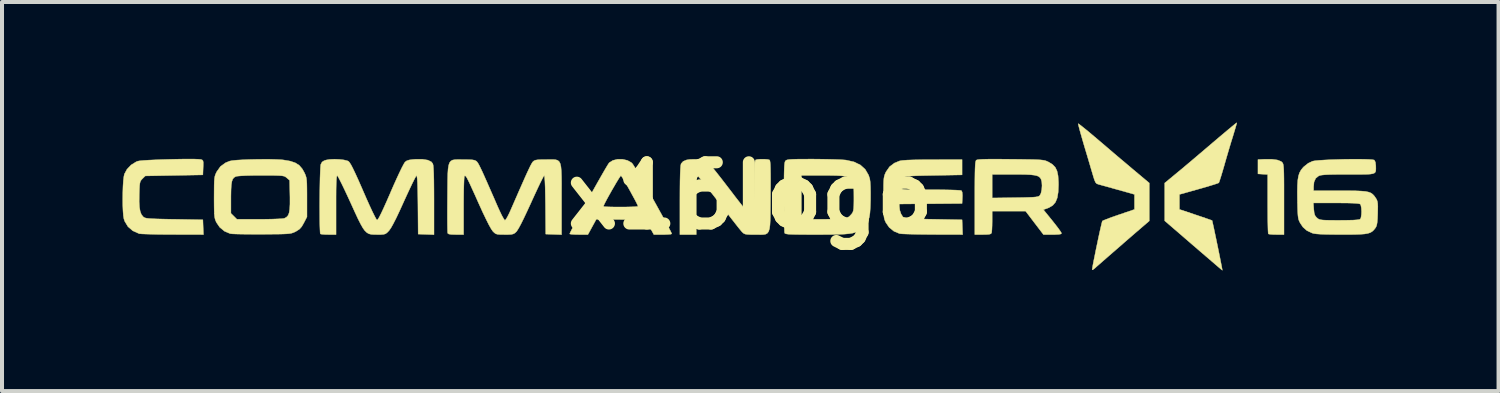
<source format=kicad_pcb>
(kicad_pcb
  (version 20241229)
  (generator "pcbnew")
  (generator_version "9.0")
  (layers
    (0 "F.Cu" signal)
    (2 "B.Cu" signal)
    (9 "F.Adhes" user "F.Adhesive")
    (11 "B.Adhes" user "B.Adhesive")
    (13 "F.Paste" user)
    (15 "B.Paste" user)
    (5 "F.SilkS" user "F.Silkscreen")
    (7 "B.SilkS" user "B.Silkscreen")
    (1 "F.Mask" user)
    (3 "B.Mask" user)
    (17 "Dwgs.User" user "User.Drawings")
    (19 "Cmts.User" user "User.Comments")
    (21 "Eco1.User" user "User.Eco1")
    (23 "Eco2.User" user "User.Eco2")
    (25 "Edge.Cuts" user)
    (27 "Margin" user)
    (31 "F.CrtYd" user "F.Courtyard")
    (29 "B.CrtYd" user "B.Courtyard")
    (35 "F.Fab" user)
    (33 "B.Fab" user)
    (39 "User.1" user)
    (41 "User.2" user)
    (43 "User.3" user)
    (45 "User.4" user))
  (footprint "x16logo"
    (layer "F.Cu")
    (at 15.627 1.824)
    (property "Reference" "x16logo" (at 0 0 0) (layer "F.SilkS") (effects (font (size 1.524 1.524) (thickness 0.3))))
    (attr through_hole)
    (fp_poly (pts (xy 13.117 -0.892) (xy 13.211 -0.856) (xy 13.235 -0.836) (xy 13.248 -0.821) (xy 13.259 -0.8) (xy 13.267 -0.769) (xy 13.273 -0.722) (xy 13.278 -0.653) (xy 13.281 -0.559) (xy 13.283 -0.432) (xy 13.284 -0.269) (xy 13.284 -0.063) (xy 13.284 0.089) (xy 13.284 0.965) (xy 13.098 0.965) (xy 13.005 0.963) (xy 12.933 0.957) (xy 12.896 0.949) (xy 12.895 0.948) (xy 12.89 0.919) (xy 12.886 0.846) (xy 12.883 0.736) (xy 12.88 0.594) (xy 12.879 0.427) (xy 12.878 0.242) (xy 12.878 0.2) (xy 12.878 -0.531) (xy 12.757 -0.538) (xy 12.636 -0.546) (xy 12.636 -0.902) (xy 12.802 -0.91) (xy 12.98 -0.91) (xy 13.117 -0.892)) (stroke (width 0.01) (type solid)) (fill yes) (layer "F.SilkS"))
    (fp_poly (pts (xy 12.104 -1.794) (xy 12.086 -1.729) (xy 12.058 -1.634) (xy 12.023 -1.518) (xy 12.013 -1.484) (xy 11.967 -1.337) (xy 11.914 -1.16) (xy 11.859 -0.973) (xy 11.808 -0.796) (xy 11.795 -0.749) (xy 11.755 -0.613) (xy 11.719 -0.493) (xy 11.689 -0.399) (xy 11.669 -0.34) (xy 11.661 -0.323) (xy 11.632 -0.311) (xy 11.561 -0.287) (xy 11.457 -0.255) (xy 11.328 -0.216) (xy 11.181 -0.174) (xy 11.161 -0.169) (xy 10.681 -0.034) (xy 10.681 0.338) (xy 11.084 0.473) (xy 11.218 0.518) (xy 11.334 0.558) (xy 11.424 0.589) (xy 11.48 0.609) (xy 11.495 0.615) (xy 11.501 0.641) (xy 11.516 0.708) (xy 11.538 0.807) (xy 11.564 0.932) (xy 11.594 1.074) (xy 11.625 1.224) (xy 11.656 1.375) (xy 11.685 1.518) (xy 11.71 1.646) (xy 11.731 1.75) (xy 11.744 1.822) (xy 11.749 1.853) (xy 11.749 1.854) (xy 11.729 1.838) (xy 11.675 1.793) (xy 11.591 1.721) (xy 11.482 1.627) (xy 11.351 1.515) (xy 11.203 1.388) (xy 11.042 1.249) (xy 11.029 1.238) (xy 10.315 0.622) (xy 10.315 0.152) (xy 10.315 -0.318) (xy 10.622 -0.572) (xy 10.724 -0.656) (xy 10.856 -0.767) (xy 11.009 -0.896) (xy 11.175 -1.037) (xy 11.345 -1.181) (xy 11.511 -1.323) (xy 11.515 -1.326) (xy 11.661 -1.45) (xy 11.795 -1.563) (xy 11.911 -1.66) (xy 12.004 -1.737) (xy 12.07 -1.791) (xy 12.105 -1.817) (xy 12.108 -1.819) (xy 12.104 -1.794)) (stroke (width 0.01) (type solid)) (fill yes) (layer "F.SilkS"))
    (fp_poly (pts (xy -13.839 -0.914) (xy -13.739 -0.91) (xy -13.681 -0.905) (xy -13.677 -0.904) (xy -13.644 -0.893) (xy -13.625 -0.873) (xy -13.617 -0.832) (xy -13.618 -0.759) (xy -13.62 -0.704) (xy -13.627 -0.521) (xy -15.061 -0.495) (xy -15.132 -0.425) (xy -15.161 -0.394) (xy -15.181 -0.362) (xy -15.194 -0.319) (xy -15.202 -0.256) (xy -15.207 -0.161) (xy -15.211 -0.033) (xy -15.213 0.148) (xy -15.205 0.286) (xy -15.187 0.389) (xy -15.158 0.464) (xy -15.115 0.519) (xy -15.111 0.523) (xy -15.091 0.537) (xy -15.065 0.549) (xy -15.027 0.558) (xy -14.969 0.565) (xy -14.887 0.57) (xy -14.774 0.575) (xy -14.624 0.579) (xy -14.432 0.583) (xy -14.342 0.584) (xy -13.627 0.597) (xy -13.62 0.781) (xy -13.612 0.965) (xy -14.382 0.963) (xy -14.577 0.962) (xy -14.759 0.96) (xy -14.919 0.956) (xy -15.052 0.952) (xy -15.15 0.948) (xy -15.206 0.943) (xy -15.215 0.941) (xy -15.372 0.871) (xy -15.492 0.767) (xy -15.573 0.633) (xy -15.593 0.572) (xy -15.606 0.493) (xy -15.615 0.377) (xy -15.621 0.234) (xy -15.622 0.076) (xy -15.62 -0.086) (xy -15.615 -0.241) (xy -15.606 -0.377) (xy -15.593 -0.483) (xy -15.58 -0.542) (xy -15.515 -0.662) (xy -15.413 -0.768) (xy -15.288 -0.846) (xy -15.247 -0.862) (xy -15.197 -0.871) (xy -15.105 -0.88) (xy -14.978 -0.888) (xy -14.826 -0.895) (xy -14.657 -0.902) (xy -14.478 -0.907) (xy -14.298 -0.911) (xy -14.126 -0.914) (xy -13.97 -0.915) (xy -13.839 -0.914)) (stroke (width 0.01) (type solid)) (fill yes) (layer "F.SilkS"))
    (fp_poly (pts (xy 8.184 -1.783) (xy 8.239 -1.741) (xy 8.323 -1.674) (xy 8.429 -1.587) (xy 8.554 -1.482) (xy 8.692 -1.365) (xy 8.704 -1.355) (xy 8.868 -1.215) (xy 9.04 -1.068) (xy 9.212 -0.922) (xy 9.373 -0.787) (xy 9.511 -0.67) (xy 9.583 -0.61) (xy 9.931 -0.318) (xy 9.931 0.625) (xy 9.696 0.827) (xy 9.583 0.924) (xy 9.454 1.036) (xy 9.314 1.157) (xy 9.171 1.282) (xy 9.029 1.405) (xy 8.897 1.52) (xy 8.778 1.624) (xy 8.681 1.709) (xy 8.611 1.77) (xy 8.579 1.8) (xy 8.534 1.835) (xy 8.51 1.843) (xy 8.509 1.84) (xy 8.514 1.802) (xy 8.527 1.724) (xy 8.548 1.615) (xy 8.575 1.484) (xy 8.604 1.338) (xy 8.636 1.187) (xy 8.667 1.038) (xy 8.697 0.9) (xy 8.724 0.782) (xy 8.745 0.692) (xy 8.759 0.638) (xy 8.763 0.627) (xy 8.793 0.612) (xy 8.862 0.584) (xy 8.962 0.546) (xy 9.085 0.502) (xy 9.173 0.472) (xy 9.563 0.339) (xy 9.563 -0.035) (xy 9.144 -0.153) (xy 9.001 -0.193) (xy 8.87 -0.23) (xy 8.763 -0.259) (xy 8.687 -0.28) (xy 8.658 -0.288) (xy 8.619 -0.304) (xy 8.59 -0.338) (xy 8.564 -0.401) (xy 8.54 -0.476) (xy 8.518 -0.551) (xy 8.484 -0.665) (xy 8.442 -0.808) (xy 8.394 -0.97) (xy 8.342 -1.143) (xy 8.32 -1.216) (xy 8.273 -1.377) (xy 8.232 -1.521) (xy 8.198 -1.642) (xy 8.175 -1.732) (xy 8.163 -1.785) (xy 8.163 -1.796) (xy 8.184 -1.783)) (stroke (width 0.01) (type solid)) (fill yes) (layer "F.SilkS"))
    (fp_poly (pts (xy -3.181 -0.909) (xy -3.061 -0.882) (xy -2.962 -0.827) (xy -2.937 -0.803) (xy -2.913 -0.768) (xy -2.868 -0.696) (xy -2.806 -0.592) (xy -2.731 -0.462) (xy -2.645 -0.313) (xy -2.553 -0.15) (xy -2.456 0.02) (xy -2.36 0.192) (xy -2.267 0.36) (xy -2.18 0.518) (xy -2.102 0.66) (xy -2.038 0.779) (xy -1.99 0.871) (xy -1.962 0.929) (xy -1.956 0.946) (xy -1.979 0.955) (xy -2.042 0.961) (xy -2.133 0.965) (xy -2.178 0.965) (xy -2.401 0.965) (xy -2.503 0.781) (xy -2.605 0.597) (xy -3.219 0.59) (xy -3.834 0.583) (xy -4.043 0.965) (xy -4.269 0.965) (xy -4.37 0.963) (xy -4.447 0.958) (xy -4.49 0.951) (xy -4.496 0.947) (xy -4.484 0.917) (xy -4.45 0.848) (xy -4.397 0.748) (xy -4.329 0.621) (xy -4.249 0.473) (xy -4.161 0.311) (xy -4.135 0.265) (xy -3.658 0.265) (xy -3.634 0.27) (xy -3.567 0.274) (xy -3.466 0.277) (xy -3.339 0.279) (xy -3.226 0.279) (xy -3.084 0.278) (xy -2.962 0.275) (xy -2.868 0.271) (xy -2.81 0.265) (xy -2.795 0.26) (xy -2.807 0.229) (xy -2.839 0.163) (xy -2.887 0.072) (xy -2.945 -0.034) (xy -3.007 -0.148) (xy -3.07 -0.259) (xy -3.128 -0.359) (xy -3.176 -0.438) (xy -3.209 -0.489) (xy -3.221 -0.502) (xy -3.238 -0.483) (xy -3.275 -0.428) (xy -3.325 -0.346) (xy -3.385 -0.245) (xy -3.449 -0.134) (xy -3.512 -0.022) (xy -3.57 0.083) (xy -3.616 0.171) (xy -3.647 0.235) (xy -3.658 0.265) (xy -4.135 0.265) (xy -4.067 0.141) (xy -3.97 -0.033) (xy -3.875 -0.203) (xy -3.784 -0.364) (xy -3.701 -0.51) (xy -3.629 -0.635) (xy -3.571 -0.733) (xy -3.53 -0.799) (xy -3.512 -0.824) (xy -3.422 -0.881) (xy -3.307 -0.909) (xy -3.181 -0.909)) (stroke (width 0.01) (type solid)) (fill yes) (layer "F.SilkS"))
    (fp_poly (pts (xy 5.271 -0.521) (xy 4.557 -0.508) (xy 4.338 -0.504) (xy 4.164 -0.5) (xy 4.03 -0.494) (xy 3.93 -0.486) (xy 3.858 -0.474) (xy 3.809 -0.457) (xy 3.778 -0.434) (xy 3.757 -0.404) (xy 3.743 -0.365) (xy 3.734 -0.334) (xy 3.719 -0.283) (xy 3.709 -0.242) (xy 3.708 -0.211) (xy 3.721 -0.188) (xy 3.755 -0.172) (xy 3.812 -0.161) (xy 3.899 -0.155) (xy 4.02 -0.153) (xy 4.181 -0.152) (xy 4.385 -0.152) (xy 4.464 -0.152) (xy 4.656 -0.151) (xy 4.832 -0.149) (xy 4.986 -0.146) (xy 5.111 -0.142) (xy 5.201 -0.137) (xy 5.248 -0.132) (xy 5.253 -0.131) (xy 5.273 -0.093) (xy 5.28 -0.011) (xy 5.278 0.04) (xy 5.271 0.191) (xy 3.708 0.204) (xy 3.709 0.261) (xy 3.72 0.358) (xy 3.751 0.45) (xy 3.793 0.519) (xy 3.817 0.539) (xy 3.855 0.551) (xy 3.93 0.56) (xy 4.043 0.568) (xy 4.199 0.575) (xy 4.401 0.581) (xy 4.572 0.584) (xy 5.271 0.597) (xy 5.278 0.781) (xy 5.285 0.965) (xy 4.541 0.963) (xy 4.348 0.961) (xy 4.167 0.959) (xy 4.007 0.955) (xy 3.874 0.951) (xy 3.776 0.947) (xy 3.72 0.941) (xy 3.714 0.94) (xy 3.576 0.883) (xy 3.457 0.787) (xy 3.375 0.668) (xy 3.354 0.624) (xy 3.339 0.581) (xy 3.328 0.531) (xy 3.321 0.466) (xy 3.317 0.378) (xy 3.315 0.257) (xy 3.315 0.097) (xy 3.315 0.038) (xy 3.315 -0.136) (xy 3.316 -0.267) (xy 3.319 -0.364) (xy 3.325 -0.435) (xy 3.335 -0.488) (xy 3.349 -0.533) (xy 3.368 -0.576) (xy 3.378 -0.597) (xy 3.466 -0.724) (xy 3.588 -0.816) (xy 3.719 -0.869) (xy 3.786 -0.88) (xy 3.903 -0.889) (xy 4.07 -0.895) (xy 4.288 -0.899) (xy 4.547 -0.9) (xy 5.271 -0.902) (xy 5.271 -0.521)) (stroke (width 0.01) (type solid)) (fill yes) (layer "F.SilkS"))
    (fp_poly (pts (xy 6.27 -0.912) (xy 6.482 -0.91) (xy 6.708 -0.908) (xy 6.889 -0.905) (xy 7.031 -0.903) (xy 7.14 -0.899) (xy 7.222 -0.894) (xy 7.283 -0.887) (xy 7.329 -0.879) (xy 7.366 -0.867) (xy 7.4 -0.852) (xy 7.429 -0.838) (xy 7.522 -0.78) (xy 7.59 -0.71) (xy 7.634 -0.62) (xy 7.66 -0.499) (xy 7.67 -0.341) (xy 7.671 -0.275) (xy 7.663 -0.09) (xy 7.639 0.053) (xy 7.595 0.16) (xy 7.528 0.238) (xy 7.433 0.295) (xy 7.384 0.314) (xy 7.295 0.345) (xy 7.521 0.623) (xy 7.602 0.726) (xy 7.671 0.816) (xy 7.72 0.886) (xy 7.745 0.927) (xy 7.747 0.933) (xy 7.731 0.95) (xy 7.678 0.96) (xy 7.583 0.965) (xy 7.522 0.965) (xy 7.297 0.965) (xy 7.074 0.673) (xy 6.852 0.381) (xy 6.02 0.381) (xy 6.02 0.633) (xy 6.018 0.745) (xy 6.014 0.84) (xy 6.008 0.906) (xy 6.004 0.925) (xy 5.986 0.946) (xy 5.943 0.959) (xy 5.867 0.964) (xy 5.788 0.965) (xy 5.588 0.965) (xy 5.588 0.054) (xy 5.588 -0.191) (xy 5.589 -0.39) (xy 5.591 -0.533) (xy 6.02 -0.533) (xy 6.02 0.054) (xy 6.59 0.046) (xy 6.778 0.043) (xy 6.922 0.039) (xy 7.028 0.035) (xy 7.103 0.029) (xy 7.153 0.02) (xy 7.184 0.009) (xy 7.204 -0.005) (xy 7.204 -0.005) (xy 7.234 -0.062) (xy 7.254 -0.151) (xy 7.261 -0.252) (xy 7.255 -0.348) (xy 7.24 -0.405) (xy 7.218 -0.445) (xy 7.187 -0.475) (xy 7.139 -0.498) (xy 7.069 -0.514) (xy 6.971 -0.525) (xy 6.837 -0.531) (xy 6.663 -0.533) (xy 6.537 -0.533) (xy 6.02 -0.533) (xy 5.591 -0.533) (xy 5.591 -0.547) (xy 5.594 -0.668) (xy 5.598 -0.757) (xy 5.603 -0.819) (xy 5.611 -0.859) (xy 5.619 -0.882) (xy 5.625 -0.888) (xy 5.65 -0.897) (xy 5.702 -0.904) (xy 5.787 -0.909) (xy 5.907 -0.912) (xy 6.067 -0.913) (xy 6.27 -0.912)) (stroke (width 0.01) (type solid)) (fill yes) (layer "F.SilkS"))
    (fp_poly (pts (xy 0.424 -0.906) (xy 0.474 -0.894) (xy 0.477 -0.893) (xy 0.486 -0.877) (xy 0.493 -0.84) (xy 0.499 -0.777) (xy 0.502 -0.683) (xy 0.504 -0.555) (xy 0.505 -0.388) (xy 0.504 -0.178) (xy 0.503 -0.007) (xy 0.501 0.241) (xy 0.499 0.444) (xy 0.496 0.604) (xy 0.489 0.729) (xy 0.476 0.821) (xy 0.456 0.886) (xy 0.427 0.928) (xy 0.387 0.953) (xy 0.335 0.964) (xy 0.268 0.967) (xy 0.185 0.966) (xy 0.128 0.965) (xy 0.007 0.965) (xy -0.074 0.961) (xy -0.127 0.953) (xy -0.164 0.937) (xy -0.194 0.911) (xy -0.21 0.895) (xy -0.241 0.858) (xy -0.299 0.787) (xy -0.379 0.685) (xy -0.477 0.56) (xy -0.589 0.415) (xy -0.711 0.258) (xy -0.78 0.167) (xy -0.903 0.008) (xy -1.017 -0.138) (xy -1.118 -0.266) (xy -1.202 -0.371) (xy -1.266 -0.448) (xy -1.305 -0.493) (xy -1.315 -0.502) (xy -1.325 -0.493) (xy -1.332 -0.458) (xy -1.338 -0.392) (xy -1.342 -0.291) (xy -1.344 -0.151) (xy -1.346 0.033) (xy -1.346 0.226) (xy -1.346 0.965) (xy -1.753 0.965) (xy -1.753 0.115) (xy -1.752 -0.151) (xy -1.75 -0.369) (xy -1.746 -0.54) (xy -1.74 -0.667) (xy -1.733 -0.752) (xy -1.724 -0.797) (xy -1.723 -0.799) (xy -1.672 -0.857) (xy -1.59 -0.892) (xy -1.506 -0.905) (xy -1.399 -0.909) (xy -1.285 -0.905) (xy -1.18 -0.893) (xy -1.101 -0.874) (xy -1.076 -0.863) (xy -1.05 -0.837) (xy -0.997 -0.774) (xy -0.922 -0.681) (xy -0.827 -0.562) (xy -0.717 -0.422) (xy -0.596 -0.265) (xy -0.493 -0.131) (xy -0.368 0.033) (xy -0.251 0.183) (xy -0.147 0.314) (xy -0.06 0.423) (xy 0.007 0.504) (xy 0.05 0.552) (xy 0.065 0.565) (xy 0.072 0.539) (xy 0.078 0.467) (xy 0.084 0.356) (xy 0.089 0.211) (xy 0.093 0.037) (xy 0.096 -0.157) (xy 0.098 -0.383) (xy 0.102 -0.562) (xy 0.107 -0.698) (xy 0.113 -0.795) (xy 0.12 -0.857) (xy 0.129 -0.889) (xy 0.134 -0.894) (xy 0.18 -0.906) (xy 0.257 -0.912) (xy 0.345 -0.912) (xy 0.424 -0.906)) (stroke (width 0.01) (type solid)) (fill yes) (layer "F.SilkS"))
    (fp_poly (pts (xy 1.558 -0.914) (xy 1.745 -0.912) (xy 1.926 -0.909) (xy 2.092 -0.905) (xy 2.233 -0.9) (xy 2.339 -0.893) (xy 2.383 -0.889) (xy 2.581 -0.844) (xy 2.74 -0.767) (xy 2.861 -0.657) (xy 2.944 -0.514) (xy 2.973 -0.424) (xy 2.984 -0.349) (xy 2.991 -0.231) (xy 2.994 -0.079) (xy 2.993 0.098) (xy 2.993 0.105) (xy 2.987 0.289) (xy 2.977 0.431) (xy 2.959 0.54) (xy 2.931 0.625) (xy 2.891 0.695) (xy 2.836 0.759) (xy 2.783 0.808) (xy 2.733 0.849) (xy 2.681 0.882) (xy 2.621 0.908) (xy 2.548 0.929) (xy 2.455 0.943) (xy 2.338 0.954) (xy 2.191 0.96) (xy 2.007 0.964) (xy 1.781 0.965) (xy 1.649 0.965) (xy 1.427 0.965) (xy 1.251 0.964) (xy 1.115 0.962) (xy 1.014 0.959) (xy 0.943 0.955) (xy 0.896 0.948) (xy 0.869 0.94) (xy 0.856 0.93) (xy 0.854 0.925) (xy 0.85 0.891) (xy 0.847 0.812) (xy 0.844 0.695) (xy 0.842 0.584) (xy 1.27 0.584) (xy 1.81 0.584) (xy 2.019 0.582) (xy 2.182 0.579) (xy 2.299 0.572) (xy 2.376 0.562) (xy 2.411 0.552) (xy 2.469 0.509) (xy 2.524 0.45) (xy 2.525 0.449) (xy 2.547 0.415) (xy 2.562 0.375) (xy 2.571 0.32) (xy 2.576 0.24) (xy 2.578 0.124) (xy 2.578 0.038) (xy 2.577 -0.102) (xy 2.574 -0.202) (xy 2.568 -0.27) (xy 2.556 -0.317) (xy 2.538 -0.353) (xy 2.525 -0.373) (xy 2.491 -0.415) (xy 2.455 -0.447) (xy 2.41 -0.471) (xy 2.35 -0.488) (xy 2.266 -0.498) (xy 2.153 -0.504) (xy 2.003 -0.507) (xy 1.81 -0.508) (xy 1.27 -0.508) (xy 1.27 0.584) (xy 0.842 0.584) (xy 0.841 0.545) (xy 0.839 0.37) (xy 0.838 0.175) (xy 0.838 0.025) (xy 0.838 -0.21) (xy 0.839 -0.4) (xy 0.841 -0.549) (xy 0.844 -0.663) (xy 0.848 -0.746) (xy 0.854 -0.804) (xy 0.861 -0.842) (xy 0.871 -0.865) (xy 0.878 -0.874) (xy 0.897 -0.887) (xy 0.928 -0.897) (xy 0.979 -0.904) (xy 1.055 -0.909) (xy 1.162 -0.912) (xy 1.305 -0.913) (xy 1.492 -0.914) (xy 1.558 -0.914)) (stroke (width 0.01) (type solid)) (fill yes) (layer "F.SilkS"))
    (fp_poly (pts (xy -11.968 -0.909) (xy -11.816 -0.905) (xy -11.69 -0.899) (xy -11.624 -0.893) (xy -11.455 -0.864) (xy -11.327 -0.821) (xy -11.23 -0.76) (xy -11.155 -0.673) (xy -11.108 -0.591) (xy -11.083 -0.539) (xy -11.065 -0.493) (xy -11.052 -0.444) (xy -11.044 -0.384) (xy -11.039 -0.304) (xy -11.037 -0.195) (xy -11.036 -0.048) (xy -11.036 0.04) (xy -11.036 0.524) (xy -11.113 0.673) (xy -11.166 0.766) (xy -11.22 0.827) (xy -11.292 0.875) (xy -11.315 0.888) (xy -11.353 0.907) (xy -11.389 0.921) (xy -11.428 0.933) (xy -11.479 0.941) (xy -11.547 0.947) (xy -11.638 0.951) (xy -11.76 0.954) (xy -11.919 0.955) (xy -12.121 0.957) (xy -12.153 0.957) (xy -12.343 0.957) (xy -12.519 0.956) (xy -12.675 0.954) (xy -12.803 0.951) (xy -12.896 0.947) (xy -12.946 0.941) (xy -12.948 0.941) (xy -13.088 0.882) (xy -13.207 0.784) (xy -13.287 0.668) (xy -13.308 0.624) (xy -13.323 0.581) (xy -13.334 0.531) (xy -13.341 0.466) (xy -13.345 0.378) (xy -13.347 0.258) (xy -13.348 0.098) (xy -13.348 0.054) (xy -12.929 0.054) (xy -12.929 0.436) (xy -12.854 0.51) (xy -12.78 0.584) (xy -12.221 0.584) (xy -12.054 0.583) (xy -11.901 0.58) (xy -11.77 0.575) (xy -11.67 0.57) (xy -11.609 0.563) (xy -11.598 0.56) (xy -11.546 0.532) (xy -11.507 0.49) (xy -11.481 0.426) (xy -11.466 0.333) (xy -11.459 0.205) (xy -11.459 0.035) (xy -11.46 -0.004) (xy -11.468 -0.386) (xy -11.539 -0.447) (xy -11.564 -0.467) (xy -11.589 -0.482) (xy -11.622 -0.492) (xy -11.67 -0.5) (xy -11.741 -0.504) (xy -11.84 -0.507) (xy -11.975 -0.508) (xy -12.153 -0.508) (xy -12.18 -0.508) (xy -12.391 -0.507) (xy -12.564 -0.503) (xy -12.694 -0.496) (xy -12.779 -0.488) (xy -12.81 -0.48) (xy -12.853 -0.454) (xy -12.884 -0.416) (xy -12.905 -0.358) (xy -12.919 -0.273) (xy -12.926 -0.153) (xy -12.929 0.007) (xy -12.929 0.054) (xy -13.348 0.054) (xy -13.348 0.037) (xy -13.347 -0.136) (xy -13.346 -0.267) (xy -13.343 -0.364) (xy -13.337 -0.435) (xy -13.328 -0.487) (xy -13.314 -0.531) (xy -13.295 -0.573) (xy -13.283 -0.598) (xy -13.189 -0.73) (xy -13.061 -0.823) (xy -12.957 -0.865) (xy -12.891 -0.877) (xy -12.784 -0.888) (xy -12.645 -0.896) (xy -12.485 -0.903) (xy -12.312 -0.907) (xy -12.136 -0.909) (xy -11.968 -0.909)) (stroke (width 0.01) (type solid)) (fill yes) (layer "F.SilkS"))
    (fp_poly (pts (xy -10.229 -0.906) (xy -10.117 -0.893) (xy -10.032 -0.872) (xy -10.001 -0.858) (xy -9.976 -0.829) (xy -9.939 -0.771) (xy -9.891 -0.679) (xy -9.83 -0.551) (xy -9.753 -0.382) (xy -9.66 -0.17) (xy -9.634 -0.11) (xy -9.551 0.08) (xy -9.476 0.247) (xy -9.41 0.389) (xy -9.356 0.498) (xy -9.317 0.571) (xy -9.294 0.603) (xy -9.292 0.604) (xy -9.273 0.589) (xy -9.241 0.539) (xy -9.195 0.449) (xy -9.134 0.32) (xy -9.056 0.147) (xy -8.961 -0.07) (xy -8.954 -0.088) (xy -8.874 -0.271) (xy -8.798 -0.439) (xy -8.73 -0.585) (xy -8.672 -0.705) (xy -8.626 -0.791) (xy -8.597 -0.838) (xy -8.593 -0.842) (xy -8.55 -0.873) (xy -8.491 -0.892) (xy -8.402 -0.904) (xy -8.338 -0.909) (xy -8.159 -0.909) (xy -8.026 -0.888) (xy -7.938 -0.844) (xy -7.904 -0.799) (xy -7.894 -0.758) (xy -7.887 -0.677) (xy -7.881 -0.554) (xy -7.877 -0.387) (xy -7.875 -0.173) (xy -7.874 0.088) (xy -7.874 0.117) (xy -7.874 0.967) (xy -8.268 0.953) (xy -8.274 0.22) (xy -8.277 -0.007) (xy -8.281 -0.186) (xy -8.285 -0.322) (xy -8.291 -0.418) (xy -8.298 -0.476) (xy -8.306 -0.501) (xy -8.311 -0.502) (xy -8.328 -0.477) (xy -8.363 -0.412) (xy -8.413 -0.312) (xy -8.474 -0.184) (xy -8.544 -0.034) (xy -8.62 0.132) (xy -8.624 0.141) (xy -8.729 0.372) (xy -8.817 0.558) (xy -8.89 0.7) (xy -8.947 0.801) (xy -8.991 0.864) (xy -8.997 0.87) (xy -9.042 0.917) (xy -9.08 0.945) (xy -9.127 0.959) (xy -9.195 0.965) (xy -9.292 0.965) (xy -9.372 0.964) (xy -9.438 0.959) (xy -9.495 0.945) (xy -9.545 0.916) (xy -9.594 0.87) (xy -9.644 0.801) (xy -9.699 0.704) (xy -9.764 0.576) (xy -9.841 0.411) (xy -9.934 0.206) (xy -9.952 0.167) (xy -10.03 -0.003) (xy -10.103 -0.158) (xy -10.167 -0.291) (xy -10.22 -0.396) (xy -10.258 -0.468) (xy -10.28 -0.501) (xy -10.282 -0.502) (xy -10.291 -0.493) (xy -10.298 -0.458) (xy -10.304 -0.392) (xy -10.308 -0.29) (xy -10.311 -0.15) (xy -10.312 0.034) (xy -10.312 0.226) (xy -10.312 0.965) (xy -10.499 0.965) (xy -10.592 0.963) (xy -10.664 0.957) (xy -10.701 0.949) (xy -10.702 0.948) (xy -10.708 0.918) (xy -10.712 0.843) (xy -10.716 0.733) (xy -10.718 0.594) (xy -10.719 0.433) (xy -10.72 0.258) (xy -10.719 0.075) (xy -10.717 -0.107) (xy -10.714 -0.282) (xy -10.711 -0.441) (xy -10.706 -0.579) (xy -10.701 -0.687) (xy -10.695 -0.759) (xy -10.691 -0.783) (xy -10.66 -0.841) (xy -10.607 -0.875) (xy -10.558 -0.891) (xy -10.465 -0.906) (xy -10.35 -0.911) (xy -10.229 -0.906)) (stroke (width 0.01) (type solid)) (fill yes) (layer "F.SilkS"))
    (fp_poly (pts (xy 15.269 -0.91) (xy 15.39 -0.906) (xy 15.479 -0.9) (xy 15.528 -0.891) (xy 15.532 -0.889) (xy 15.559 -0.838) (xy 15.57 -0.748) (xy 15.57 -0.736) (xy 15.571 -0.675) (xy 15.569 -0.628) (xy 15.56 -0.593) (xy 15.537 -0.568) (xy 15.494 -0.551) (xy 15.428 -0.54) (xy 15.33 -0.535) (xy 15.197 -0.533) (xy 15.023 -0.533) (xy 14.88 -0.533) (xy 14.672 -0.533) (xy 14.508 -0.531) (xy 14.383 -0.528) (xy 14.291 -0.523) (xy 14.224 -0.516) (xy 14.178 -0.507) (xy 14.146 -0.494) (xy 14.145 -0.494) (xy 14.073 -0.435) (xy 14.032 -0.344) (xy 14.021 -0.227) (xy 14.021 -0.127) (xy 14.675 -0.127) (xy 14.894 -0.126) (xy 15.069 -0.124) (xy 15.206 -0.118) (xy 15.31 -0.109) (xy 15.388 -0.093) (xy 15.446 -0.071) (xy 15.491 -0.04) (xy 15.528 -0.001) (xy 15.564 0.05) (xy 15.565 0.051) (xy 15.591 0.093) (xy 15.607 0.135) (xy 15.616 0.188) (xy 15.62 0.264) (xy 15.618 0.375) (xy 15.617 0.436) (xy 15.612 0.57) (xy 15.604 0.663) (xy 15.593 0.727) (xy 15.576 0.773) (xy 15.556 0.805) (xy 15.518 0.852) (xy 15.479 0.888) (xy 15.432 0.916) (xy 15.37 0.936) (xy 15.287 0.95) (xy 15.176 0.958) (xy 15.032 0.963) (xy 14.847 0.964) (xy 14.707 0.964) (xy 14.491 0.963) (xy 14.32 0.96) (xy 14.189 0.955) (xy 14.092 0.948) (xy 14.023 0.938) (xy 13.984 0.927) (xy 13.853 0.865) (xy 13.756 0.779) (xy 13.691 0.684) (xy 13.668 0.641) (xy 13.651 0.599) (xy 13.639 0.549) (xy 13.631 0.482) (xy 13.625 0.389) (xy 13.621 0.263) (xy 13.62 0.178) (xy 14.015 0.178) (xy 14.026 0.334) (xy 14.036 0.428) (xy 14.055 0.489) (xy 14.089 0.534) (xy 14.107 0.55) (xy 14.132 0.571) (xy 14.16 0.586) (xy 14.197 0.596) (xy 14.251 0.603) (xy 14.33 0.607) (xy 14.442 0.609) (xy 14.593 0.61) (xy 14.665 0.61) (xy 14.856 0.608) (xy 15.001 0.605) (xy 15.102 0.598) (xy 15.162 0.589) (xy 15.184 0.579) (xy 15.201 0.538) (xy 15.212 0.463) (xy 15.215 0.394) (xy 15.21 0.304) (xy 15.197 0.236) (xy 15.184 0.208) (xy 15.156 0.197) (xy 15.092 0.189) (xy 14.991 0.183) (xy 14.847 0.179) (xy 14.657 0.178) (xy 14.584 0.178) (xy 14.015 0.178) (xy 13.62 0.178) (xy 13.618 0.114) (xy 13.616 -0.095) (xy 13.619 -0.262) (xy 13.628 -0.392) (xy 13.645 -0.494) (xy 13.671 -0.574) (xy 13.708 -0.641) (xy 13.756 -0.701) (xy 13.777 -0.723) (xy 13.886 -0.81) (xy 13.997 -0.862) (xy 14.059 -0.873) (xy 14.159 -0.883) (xy 14.289 -0.891) (xy 14.442 -0.899) (xy 14.61 -0.904) (xy 14.784 -0.909) (xy 14.958 -0.911) (xy 15.122 -0.911) (xy 15.269 -0.91)) (stroke (width 0.01) (type solid)) (fill yes) (layer "F.SilkS"))
    (fp_poly (pts (xy -7.185 -0.902) (xy -7.139 -0.902) (xy -7.012 -0.9) (xy -6.925 -0.896) (xy -6.868 -0.886) (xy -6.83 -0.869) (xy -6.811 -0.855) (xy -6.796 -0.837) (xy -6.776 -0.808) (xy -6.751 -0.763) (xy -6.719 -0.699) (xy -6.677 -0.612) (xy -6.625 -0.497) (xy -6.56 -0.351) (xy -6.48 -0.169) (xy -6.383 0.052) (xy -6.287 0.273) (xy -6.232 0.393) (xy -6.183 0.494) (xy -6.142 0.567) (xy -6.114 0.606) (xy -6.108 0.61) (xy -6.085 0.588) (xy -6.049 0.529) (xy -6.005 0.443) (xy -5.974 0.375) (xy -5.856 0.105) (xy -5.757 -0.122) (xy -5.674 -0.309) (xy -5.607 -0.461) (xy -5.552 -0.582) (xy -5.508 -0.675) (xy -5.475 -0.744) (xy -5.448 -0.794) (xy -5.429 -0.826) (xy -5.413 -0.847) (xy -5.41 -0.85) (xy -5.382 -0.873) (xy -5.345 -0.888) (xy -5.289 -0.897) (xy -5.203 -0.901) (xy -5.078 -0.902) (xy -5.077 -0.902) (xy -4.981 -0.903) (xy -4.903 -0.903) (xy -4.841 -0.897) (xy -4.793 -0.881) (xy -4.757 -0.85) (xy -4.731 -0.799) (xy -4.714 -0.724) (xy -4.705 -0.62) (xy -4.7 -0.483) (xy -4.698 -0.307) (xy -4.699 -0.089) (xy -4.699 0.093) (xy -4.699 0.967) (xy -5.093 0.953) (xy -5.099 0.22) (xy -5.103 -0.023) (xy -5.107 -0.217) (xy -5.113 -0.361) (xy -5.12 -0.456) (xy -5.128 -0.5) (xy -5.132 -0.503) (xy -5.149 -0.479) (xy -5.183 -0.414) (xy -5.233 -0.314) (xy -5.294 -0.186) (xy -5.364 -0.035) (xy -5.441 0.132) (xy -5.454 0.162) (xy -5.554 0.379) (xy -5.641 0.563) (xy -5.714 0.71) (xy -5.773 0.817) (xy -5.814 0.881) (xy -5.823 0.892) (xy -5.862 0.928) (xy -5.901 0.949) (xy -5.952 0.961) (xy -6.03 0.965) (xy -6.114 0.965) (xy -6.22 0.964) (xy -6.289 0.959) (xy -6.335 0.946) (xy -6.372 0.92) (xy -6.411 0.881) (xy -6.449 0.826) (xy -6.505 0.727) (xy -6.576 0.586) (xy -6.662 0.407) (xy -6.759 0.193) (xy -6.767 0.176) (xy -6.855 -0.022) (xy -6.926 -0.177) (xy -6.98 -0.296) (xy -7.022 -0.382) (xy -7.052 -0.441) (xy -7.075 -0.477) (xy -7.091 -0.494) (xy -7.104 -0.498) (xy -7.115 -0.494) (xy -7.121 -0.465) (xy -7.126 -0.393) (xy -7.13 -0.283) (xy -7.134 -0.142) (xy -7.136 0.024) (xy -7.137 0.208) (xy -7.137 0.243) (xy -7.137 0.965) (xy -7.329 0.965) (xy -7.438 0.962) (xy -7.504 0.952) (xy -7.532 0.933) (xy -7.533 0.931) (xy -7.536 0.898) (xy -7.538 0.82) (xy -7.54 0.705) (xy -7.541 0.557) (xy -7.541 0.383) (xy -7.54 0.19) (xy -7.539 0.055) (xy -7.537 -0.191) (xy -7.535 -0.391) (xy -7.531 -0.55) (xy -7.523 -0.672) (xy -7.508 -0.762) (xy -7.486 -0.826) (xy -7.454 -0.866) (xy -7.41 -0.89) (xy -7.351 -0.9) (xy -7.277 -0.903) (xy -7.185 -0.902)) (stroke (width 0.01) (type solid)) (fill yes) (layer "F.SilkS")))
  (gr_rect
    (start -3 -3)
    (end 34.252 6.684)
    (stroke (width 0.1) (type default))
    (fill no)
    (layer "Edge.Cuts")))
</source>
